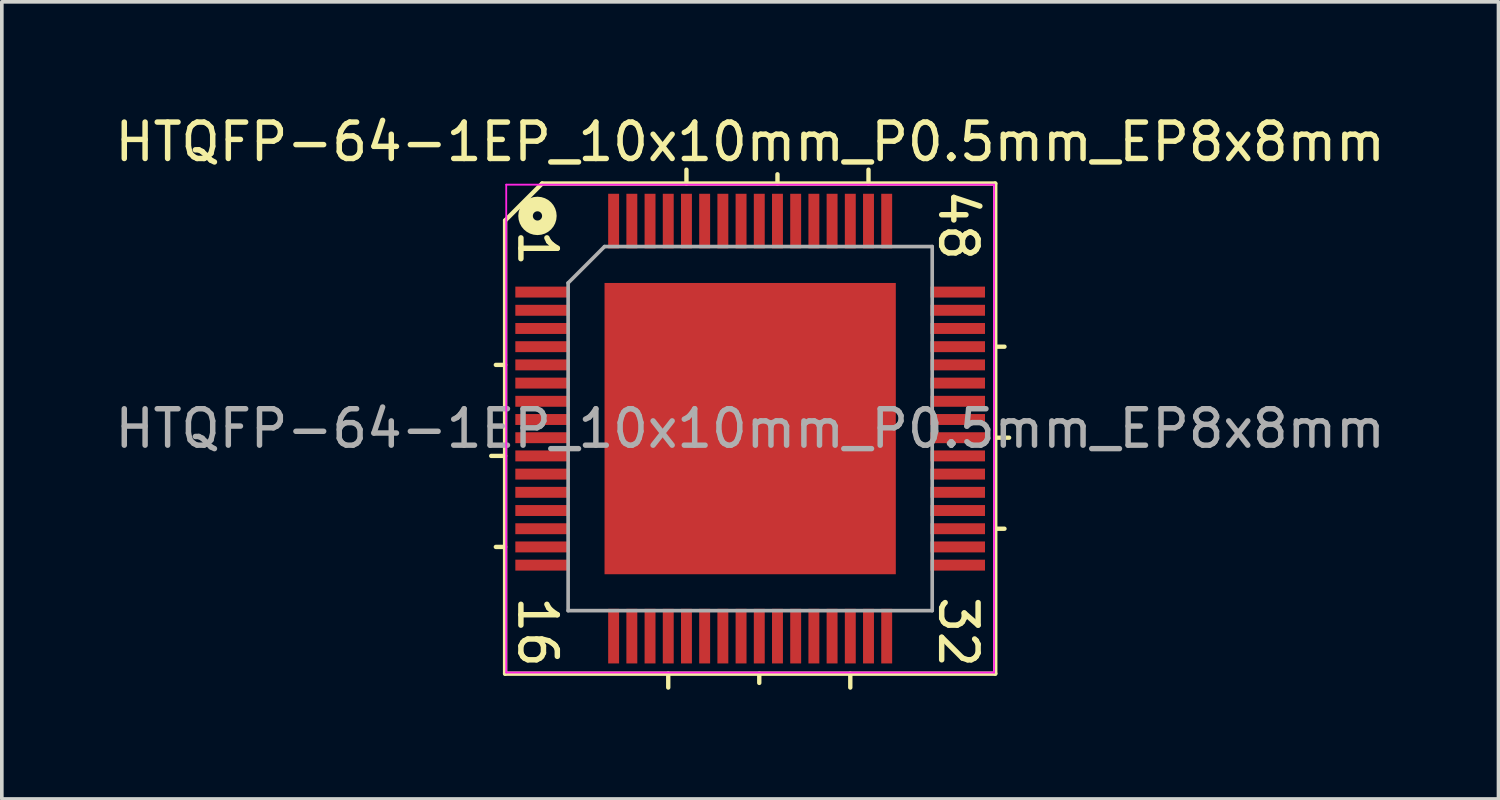
<source format=kicad_pcb>
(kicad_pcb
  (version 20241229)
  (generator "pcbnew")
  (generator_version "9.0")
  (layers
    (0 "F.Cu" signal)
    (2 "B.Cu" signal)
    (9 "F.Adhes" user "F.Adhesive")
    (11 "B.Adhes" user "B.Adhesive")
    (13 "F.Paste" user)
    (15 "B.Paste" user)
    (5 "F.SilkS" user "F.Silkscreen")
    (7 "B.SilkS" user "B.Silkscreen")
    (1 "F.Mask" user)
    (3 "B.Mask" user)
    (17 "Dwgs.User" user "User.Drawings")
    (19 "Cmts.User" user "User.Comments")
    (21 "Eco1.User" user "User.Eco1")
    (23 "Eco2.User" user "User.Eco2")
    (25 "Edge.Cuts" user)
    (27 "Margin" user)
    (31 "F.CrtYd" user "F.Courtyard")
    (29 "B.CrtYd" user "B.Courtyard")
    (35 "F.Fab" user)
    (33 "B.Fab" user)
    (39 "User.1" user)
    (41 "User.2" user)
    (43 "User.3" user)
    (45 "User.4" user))
  (footprint "HTQFP-64-1EP_10x10mm_P0.5mm_EP8x8mm"
    (layer "F.Cu")
    (at 17.554 8.722)
    (property "Reference" "HTQFP-64-1EP_10x10mm_P0.5mm_EP8x8mm" (at 0 -7.874 0) (layer "F.SilkS") (effects (font (size 1 1) (thickness 0.15))))
    (attr smd)
    (fp_line (start -6.731 -5.715) (end -6.731 6.731) (stroke (width 0.12) (type solid)) (layer "F.SilkS"))
    (fp_line (start -6.731 -1.75) (end -6.985 -1.75) (stroke (width 0.12) (type solid)) (layer "F.SilkS"))
    (fp_line (start -6.731 0.75) (end -7.112 0.75) (stroke (width 0.12) (type solid)) (layer "F.SilkS"))
    (fp_line (start -6.731 3.25) (end -6.985 3.25) (stroke (width 0.12) (type solid)) (layer "F.SilkS"))
    (fp_line (start -6.731 6.731) (end 6.731 6.731) (stroke (width 0.12) (type solid)) (layer "F.SilkS"))
    (fp_line (start -5.715 -6.731) (end -6.731 -5.715) (stroke (width 0.12) (type solid)) (layer "F.SilkS"))
    (fp_line (start -2.25 6.731) (end -2.25 7.112) (stroke (width 0.12) (type solid)) (layer "F.SilkS"))
    (fp_line (start -1.75 -6.731) (end -1.75 -7.112) (stroke (width 0.12) (type solid)) (layer "F.SilkS"))
    (fp_line (start 0.25 6.731) (end 0.25 6.985) (stroke (width 0.12) (type solid)) (layer "F.SilkS"))
    (fp_line (start 0.75 -6.731) (end 0.75 -6.985) (stroke (width 0.12) (type solid)) (layer "F.SilkS"))
    (fp_line (start 2.75 6.731) (end 2.75 7.112) (stroke (width 0.12) (type solid)) (layer "F.SilkS"))
    (fp_line (start 3.25 -6.731) (end 3.25 -7.112) (stroke (width 0.12) (type solid)) (layer "F.SilkS"))
    (fp_line (start 6.731 -6.731) (end -5.715 -6.731) (stroke (width 0.12) (type solid)) (layer "F.SilkS"))
    (fp_line (start 6.731 -2.25) (end 6.985 -2.25) (stroke (width 0.12) (type solid)) (layer "F.SilkS"))
    (fp_line (start 6.731 0.25) (end 7.112 0.25) (stroke (width 0.12) (type solid)) (layer "F.SilkS"))
    (fp_line (start 6.731 2.75) (end 6.985 2.75) (stroke (width 0.12) (type solid)) (layer "F.SilkS"))
    (fp_line (start 6.731 6.731) (end 6.731 -6.731) (stroke (width 0.12) (type solid)) (layer "F.SilkS"))
    (fp_circle (center -5.842 -5.842) (end -5.715 -5.842) (stroke (width 0.4) (type solid)) (fill no) (layer "F.SilkS"))
    (fp_line (start -6.7 -6.7) (end -6.7 6.7) (stroke (width 0.05) (type solid)) (layer "F.CrtYd"))
    (fp_line (start -6.7 -6.7) (end 6.7 -6.7) (stroke (width 0.05) (type solid)) (layer "F.CrtYd"))
    (fp_line (start -6.7 6.7) (end 6.7 6.7) (stroke (width 0.05) (type solid)) (layer "F.CrtYd"))
    (fp_line (start 6.7 -6.7) (end 6.7 6.7) (stroke (width 0.05) (type solid)) (layer "F.CrtYd"))
    (fp_line (start -5 -4) (end -4 -5) (stroke (width 0.1) (type solid)) (layer "F.Fab"))
    (fp_line (start -5 5) (end -5 -4) (stroke (width 0.1) (type solid)) (layer "F.Fab"))
    (fp_line (start -4 -5) (end 5 -5) (stroke (width 0.1) (type solid)) (layer "F.Fab"))
    (fp_line (start 5 -5) (end 5 5) (stroke (width 0.1) (type solid)) (layer "F.Fab"))
    (fp_line (start 5 5) (end -5 5) (stroke (width 0.1) (type solid)) (layer "F.Fab"))
    (fp_text user "48" (at 5.715 -5.588 270) (unlocked yes) (layer "F.SilkS") (effects (font (size 1 1) (thickness 0.15))))
    (fp_text user "1" (at -5.842 -4.953 270) (unlocked yes) (layer "F.SilkS") (effects (font (size 1 1) (thickness 0.15))))
    (fp_text user "16" (at -5.842 5.588 270) (unlocked yes) (layer "F.SilkS") (effects (font (size 1 1) (thickness 0.15))))
    (fp_text user "32" (at 5.715 5.588 270) (unlocked yes) (layer "F.SilkS") (effects (font (size 1 1) (thickness 0.15))))
    (fp_text user "${REFERENCE}" (at 0 0 0) (layer "F.Fab") (effects (font (size 1 1) (thickness 0.15))))
    (pad "" smd rect (at -2 -2 180) (size 3.2 3.2) (layers "F.Paste"))
    (pad "" smd rect (at -2 2 180) (size 3.2 3.2) (layers "F.Paste"))
    (pad "" smd rect (at 2 -2 180) (size 3.2 3.2) (layers "F.Paste"))
    (pad "" smd rect (at 2 2 180) (size 3.2 3.2) (layers "F.Paste"))
    (pad "1" smd rect (at -5.7 -3.75) (size 1.5 0.3) (layers "F.Cu" "F.Mask" "F.Paste"))
    (pad "2" smd rect (at -5.7 -3.25) (size 1.5 0.3) (layers "F.Cu" "F.Mask" "F.Paste"))
    (pad "3" smd rect (at -5.7 -2.75) (size 1.5 0.3) (layers "F.Cu" "F.Mask" "F.Paste"))
    (pad "4" smd rect (at -5.7 -2.25) (size 1.5 0.3) (layers "F.Cu" "F.Mask" "F.Paste"))
    (pad "5" smd rect (at -5.7 -1.75) (size 1.5 0.3) (layers "F.Cu" "F.Mask" "F.Paste"))
    (pad "6" smd rect (at -5.7 -1.25) (size 1.5 0.3) (layers "F.Cu" "F.Mask" "F.Paste"))
    (pad "7" smd rect (at -5.7 -0.75) (size 1.5 0.3) (layers "F.Cu" "F.Mask" "F.Paste"))
    (pad "8" smd rect (at -5.7 -0.25) (size 1.5 0.3) (layers "F.Cu" "F.Mask" "F.Paste"))
    (pad "9" smd rect (at -5.7 0.25) (size 1.5 0.3) (layers "F.Cu" "F.Mask" "F.Paste"))
    (pad "10" smd rect (at -5.7 0.75) (size 1.5 0.3) (layers "F.Cu" "F.Mask" "F.Paste"))
    (pad "11" smd rect (at -5.7 1.25) (size 1.5 0.3) (layers "F.Cu" "F.Mask" "F.Paste"))
    (pad "12" smd rect (at -5.7 1.75) (size 1.5 0.3) (layers "F.Cu" "F.Mask" "F.Paste"))
    (pad "13" smd rect (at -5.7 2.25) (size 1.5 0.3) (layers "F.Cu" "F.Mask" "F.Paste"))
    (pad "14" smd rect (at -5.7 2.75) (size 1.5 0.3) (layers "F.Cu" "F.Mask" "F.Paste"))
    (pad "15" smd rect (at -5.7 3.25) (size 1.5 0.3) (layers "F.Cu" "F.Mask" "F.Paste"))
    (pad "16" smd rect (at -5.7 3.75) (size 1.5 0.3) (layers "F.Cu" "F.Mask" "F.Paste"))
    (pad "17" smd rect (at -3.75 5.7 90) (size 1.5 0.3) (layers "F.Cu" "F.Mask" "F.Paste"))
    (pad "18" smd rect (at -3.25 5.7 90) (size 1.5 0.3) (layers "F.Cu" "F.Mask" "F.Paste"))
    (pad "19" smd rect (at -2.75 5.7 90) (size 1.5 0.3) (layers "F.Cu" "F.Mask" "F.Paste"))
    (pad "20" smd rect (at -2.25 5.7 90) (size 1.5 0.3) (layers "F.Cu" "F.Mask" "F.Paste"))
    (pad "21" smd rect (at -1.75 5.7 90) (size 1.5 0.3) (layers "F.Cu" "F.Mask" "F.Paste"))
    (pad "22" smd rect (at -1.25 5.7 90) (size 1.5 0.3) (layers "F.Cu" "F.Mask" "F.Paste"))
    (pad "23" smd rect (at -0.75 5.7 90) (size 1.5 0.3) (layers "F.Cu" "F.Mask" "F.Paste"))
    (pad "24" smd rect (at -0.25 5.7 90) (size 1.5 0.3) (layers "F.Cu" "F.Mask" "F.Paste"))
    (pad "25" smd rect (at 0.25 5.7 90) (size 1.5 0.3) (layers "F.Cu" "F.Mask" "F.Paste"))
    (pad "26" smd rect (at 0.75 5.7 90) (size 1.5 0.3) (layers "F.Cu" "F.Mask" "F.Paste"))
    (pad "27" smd rect (at 1.25 5.7 90) (size 1.5 0.3) (layers "F.Cu" "F.Mask" "F.Paste"))
    (pad "28" smd rect (at 1.75 5.7 90) (size 1.5 0.3) (layers "F.Cu" "F.Mask" "F.Paste"))
    (pad "29" smd rect (at 2.25 5.7 90) (size 1.5 0.3) (layers "F.Cu" "F.Mask" "F.Paste"))
    (pad "30" smd rect (at 2.75 5.7 90) (size 1.5 0.3) (layers "F.Cu" "F.Mask" "F.Paste"))
    (pad "31" smd rect (at 3.25 5.7 90) (size 1.5 0.3) (layers "F.Cu" "F.Mask" "F.Paste"))
    (pad "32" smd rect (at 3.75 5.7 90) (size 1.5 0.3) (layers "F.Cu" "F.Mask" "F.Paste"))
    (pad "33" smd rect (at 5.7 3.75) (size 1.5 0.3) (layers "F.Cu" "F.Mask" "F.Paste"))
    (pad "34" smd rect (at 5.7 3.25) (size 1.5 0.3) (layers "F.Cu" "F.Mask" "F.Paste"))
    (pad "35" smd rect (at 5.7 2.75) (size 1.5 0.3) (layers "F.Cu" "F.Mask" "F.Paste"))
    (pad "36" smd rect (at 5.7 2.25) (size 1.5 0.3) (layers "F.Cu" "F.Mask" "F.Paste"))
    (pad "37" smd rect (at 5.7 1.75) (size 1.5 0.3) (layers "F.Cu" "F.Mask" "F.Paste"))
    (pad "38" smd rect (at 5.7 1.25) (size 1.5 0.3) (layers "F.Cu" "F.Mask" "F.Paste"))
    (pad "39" smd rect (at 5.7 0.75) (size 1.5 0.3) (layers "F.Cu" "F.Mask" "F.Paste"))
    (pad "40" smd rect (at 5.7 0.25) (size 1.5 0.3) (layers "F.Cu" "F.Mask" "F.Paste"))
    (pad "41" smd rect (at 5.7 -0.25) (size 1.5 0.3) (layers "F.Cu" "F.Mask" "F.Paste"))
    (pad "42" smd rect (at 5.7 -0.75) (size 1.5 0.3) (layers "F.Cu" "F.Mask" "F.Paste"))
    (pad "43" smd rect (at 5.7 -1.25) (size 1.5 0.3) (layers "F.Cu" "F.Mask" "F.Paste"))
    (pad "44" smd rect (at 5.7 -1.75) (size 1.5 0.3) (layers "F.Cu" "F.Mask" "F.Paste"))
    (pad "45" smd rect (at 5.7 -2.25) (size 1.5 0.3) (layers "F.Cu" "F.Mask" "F.Paste"))
    (pad "46" smd rect (at 5.7 -2.75) (size 1.5 0.3) (layers "F.Cu" "F.Mask" "F.Paste"))
    (pad "47" smd rect (at 5.7 -3.25) (size 1.5 0.3) (layers "F.Cu" "F.Mask" "F.Paste"))
    (pad "48" smd rect (at 5.7 -3.75) (size 1.5 0.3) (layers "F.Cu" "F.Mask" "F.Paste"))
    (pad "49" smd rect (at 3.75 -5.7 90) (size 1.5 0.3) (layers "F.Cu" "F.Mask" "F.Paste"))
    (pad "50" smd rect (at 3.25 -5.7 90) (size 1.5 0.3) (layers "F.Cu" "F.Mask" "F.Paste"))
    (pad "51" smd rect (at 2.75 -5.7 90) (size 1.5 0.3) (layers "F.Cu" "F.Mask" "F.Paste"))
    (pad "52" smd rect (at 2.25 -5.7 90) (size 1.5 0.3) (layers "F.Cu" "F.Mask" "F.Paste"))
    (pad "53" smd rect (at 1.75 -5.7 90) (size 1.5 0.3) (layers "F.Cu" "F.Mask" "F.Paste"))
    (pad "54" smd rect (at 1.25 -5.7 90) (size 1.5 0.3) (layers "F.Cu" "F.Mask" "F.Paste"))
    (pad "55" smd rect (at 0.75 -5.7 90) (size 1.5 0.3) (layers "F.Cu" "F.Mask" "F.Paste"))
    (pad "56" smd rect (at 0.25 -5.7 90) (size 1.5 0.3) (layers "F.Cu" "F.Mask" "F.Paste"))
    (pad "57" smd rect (at -0.25 -5.7 90) (size 1.5 0.3) (layers "F.Cu" "F.Mask" "F.Paste"))
    (pad "58" smd rect (at -0.75 -5.7 90) (size 1.5 0.3) (layers "F.Cu" "F.Mask" "F.Paste"))
    (pad "59" smd rect (at -1.25 -5.7 90) (size 1.5 0.3) (layers "F.Cu" "F.Mask" "F.Paste"))
    (pad "60" smd rect (at -1.75 -5.7 90) (size 1.5 0.3) (layers "F.Cu" "F.Mask" "F.Paste"))
    (pad "61" smd rect (at -2.25 -5.7 90) (size 1.5 0.3) (layers "F.Cu" "F.Mask" "F.Paste"))
    (pad "62" smd rect (at -2.75 -5.7 90) (size 1.5 0.3) (layers "F.Cu" "F.Mask" "F.Paste"))
    (pad "63" smd rect (at -3.25 -5.7 90) (size 1.5 0.3) (layers "F.Cu" "F.Mask" "F.Paste"))
    (pad "64" smd rect (at -3.75 -5.7 90) (size 1.5 0.3) (layers "F.Cu" "F.Mask" "F.Paste"))
    (pad "65" smd rect (at 0 0 180) (size 8 8) (layers "F.Cu" "F.Mask")))
  (gr_rect
    (start -3 -3)
    (end 38.107 18.894)
    (stroke (width 0.1) (type default))
    (fill no)
    (layer "Edge.Cuts")))
</source>
